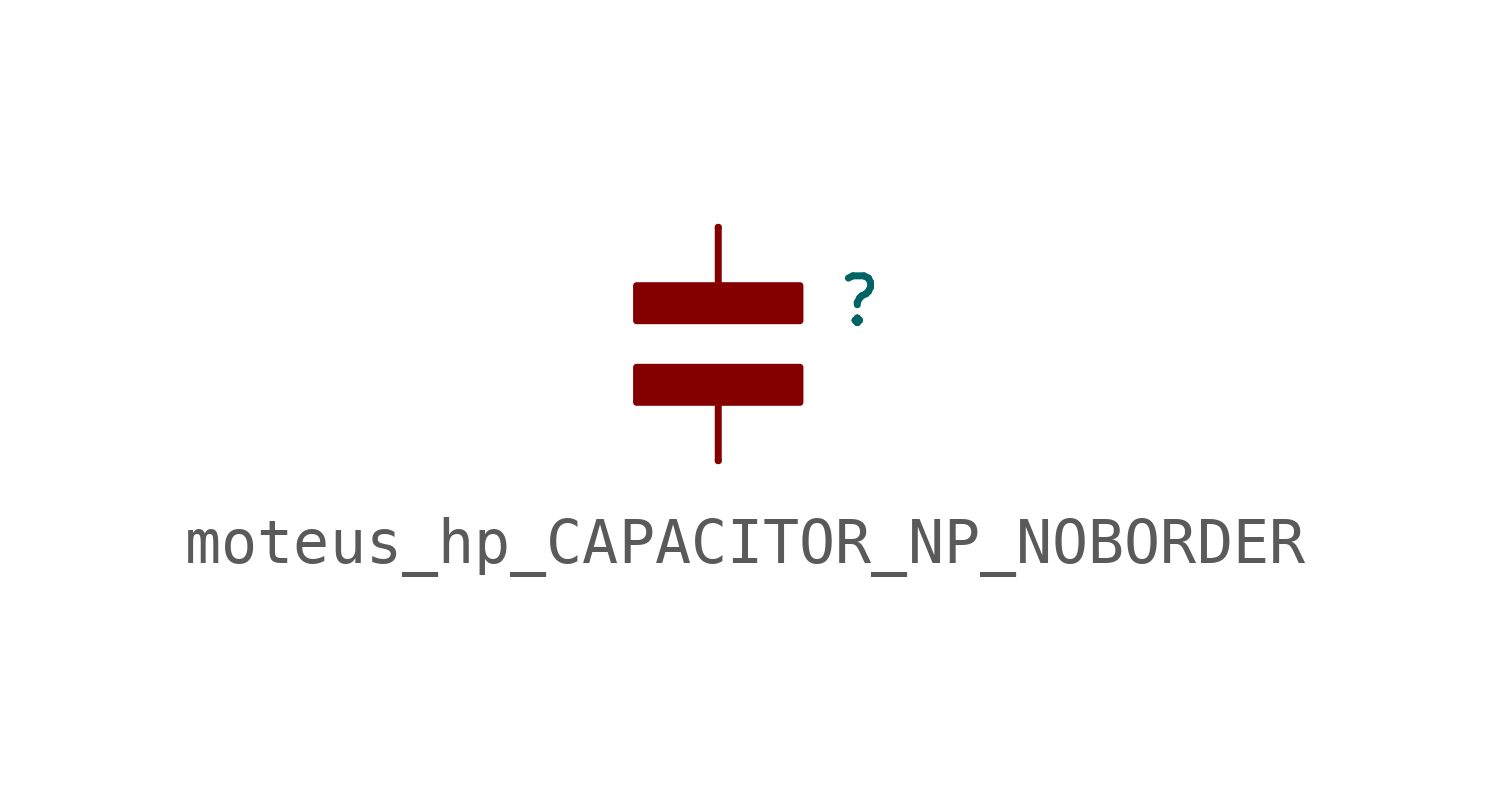
<source format=kicad_sym>
(kicad_symbol_lib
  (version 20241209)
  (generator "kicad_symbol_editor")
  (generator_version "9.0")
  (symbol "moteus_hp_CAPACITOR_NP_NOBORDER"
    (property "Reference" ""
      (at 2.54 1.524 0)
      (effects (font (size 1.016 1.016)) (justify left top)))
    (property "Value" ""
      (at 2.54 -1.524 0)
      (effects (font (size 1.016 1.016)) (justify left bottom)))
    (property "ki_locked" ""
      (at 0 0 0)
      (effects (font (size 1.27 1.27))))
    (symbol "moteus_hp_CAPACITOR_NP_NOBORDER_1_0"
      (rectangle (start -1.778 0.508) (end 1.778 1.27) (stroke (width 0) (type default)) (fill (type outline)))
      (rectangle (start -1.778 -1.27) (end 1.778 -0.508) (stroke (width 0) (type default)) (fill (type outline)))
      (polyline (pts (xy 0 2.54) (xy 0 1.016)) (stroke (width 0.152) (type solid)) (fill (type none)))
      (polyline (pts (xy 0 -2.54) (xy 0 -1.016)) (stroke (width 0.152) (type solid)) (fill (type none)))
      (pin passive line (at 0 2.54 270) (length 0) (name "P$1" (effects (font (size 0 0)))) (number "P$1" (effects (font (size 0 0)))))
      (pin passive line (at 0 -2.54 90) (length 0) (name "P$2" (effects (font (size 0 0)))) (number "P$2" (effects (font (size 0 0))))))))
</source>
